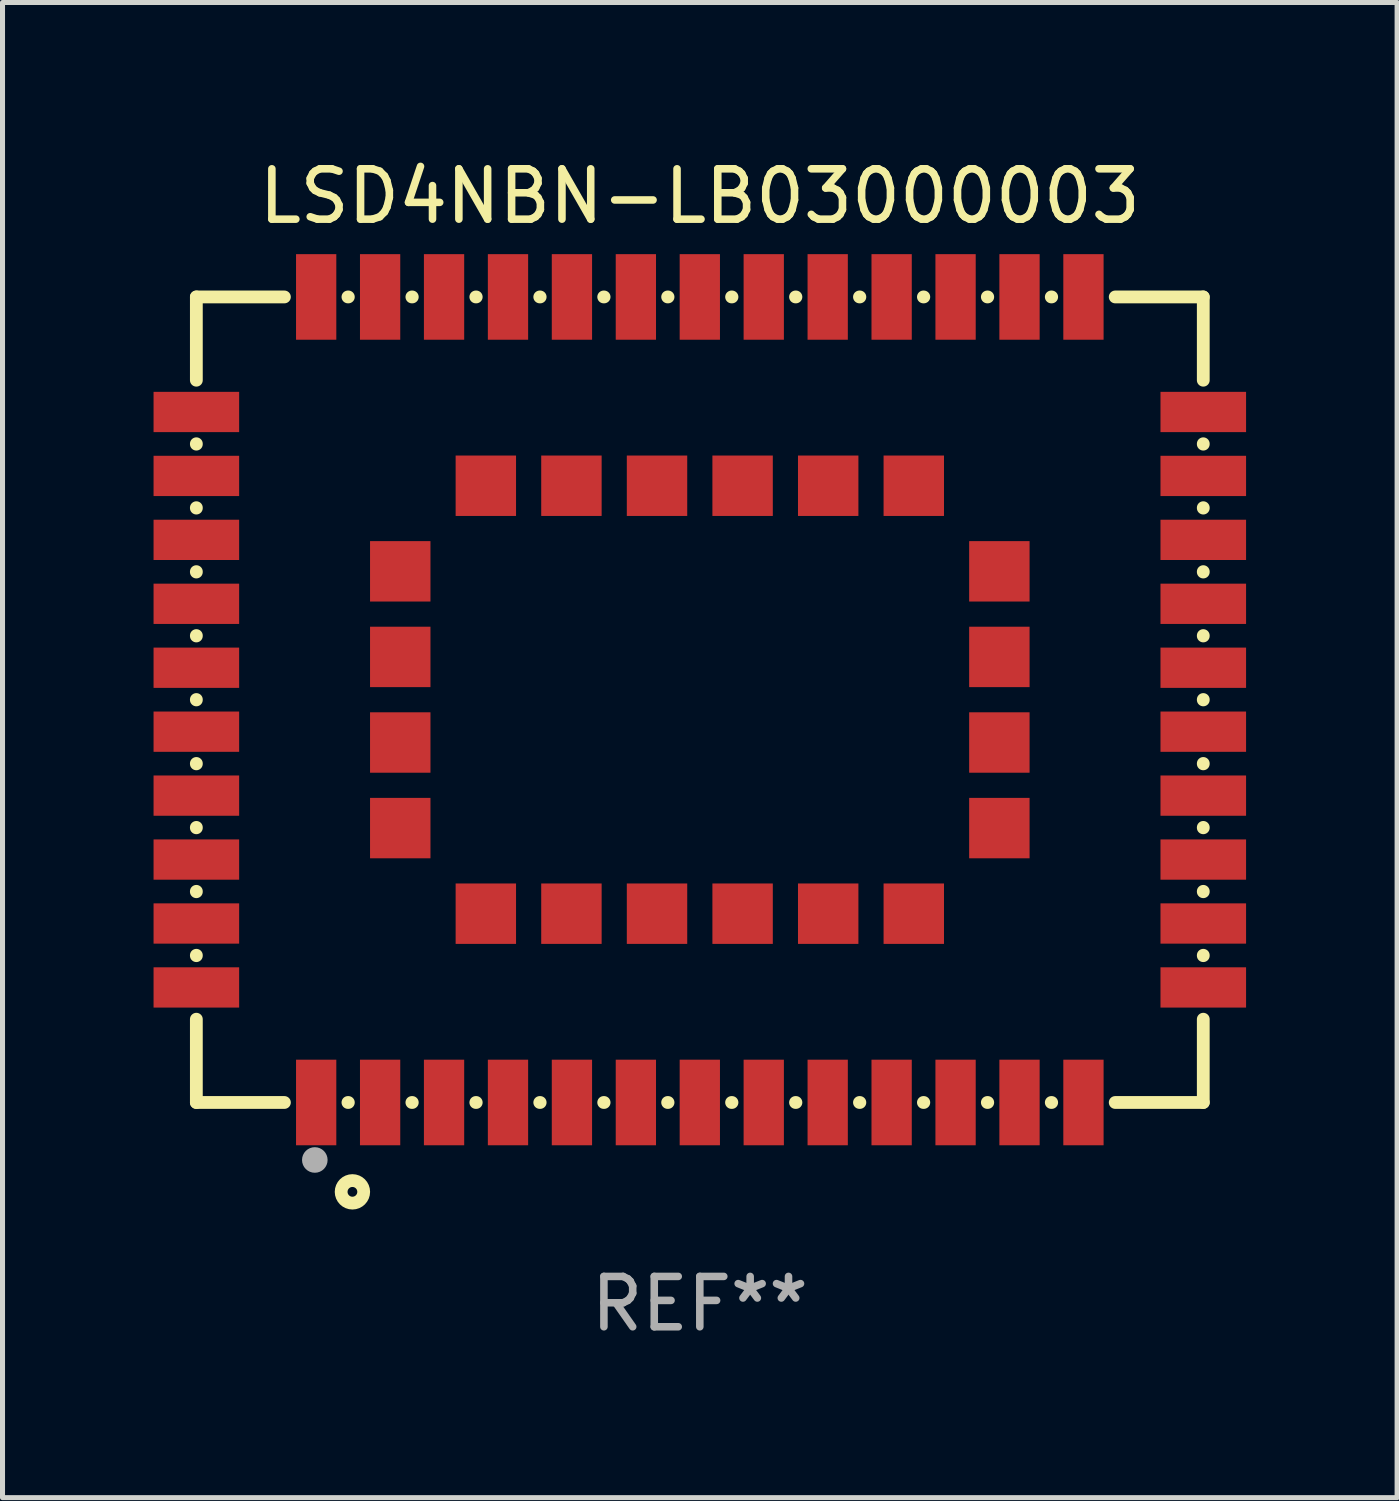
<source format=kicad_pcb>
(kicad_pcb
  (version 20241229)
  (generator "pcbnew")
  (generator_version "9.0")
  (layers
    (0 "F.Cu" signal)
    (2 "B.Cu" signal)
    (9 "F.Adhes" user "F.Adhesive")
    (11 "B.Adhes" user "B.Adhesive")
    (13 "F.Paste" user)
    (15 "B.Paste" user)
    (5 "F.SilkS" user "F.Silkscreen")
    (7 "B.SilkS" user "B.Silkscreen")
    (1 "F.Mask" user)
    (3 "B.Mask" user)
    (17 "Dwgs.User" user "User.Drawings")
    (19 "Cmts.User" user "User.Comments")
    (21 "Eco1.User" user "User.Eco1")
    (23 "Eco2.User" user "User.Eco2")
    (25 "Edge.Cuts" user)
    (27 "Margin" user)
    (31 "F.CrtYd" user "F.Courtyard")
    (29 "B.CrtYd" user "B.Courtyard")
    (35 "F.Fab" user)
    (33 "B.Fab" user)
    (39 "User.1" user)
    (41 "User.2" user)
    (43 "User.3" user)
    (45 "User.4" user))
  (footprint "LSD4NBN-LB03000003"
    (layer "F.Cu")
    (at 10.85 10.848)
    (property "Reference" "LSD4NBN-LB03000003" (at 0 -10 0) (layer "F.SilkS") (effects (font (size 1 1) (thickness 0.15))))
    (attr through_hole)
    (fp_line (start -10 -8) (end -10 -6.346) (stroke (width 0.254) (type solid)) (layer "F.SilkS"))
    (fp_line (start -10 -5.084) (end -10 -5.076) (stroke (width 0.254) (type solid)) (layer "F.SilkS"))
    (fp_line (start -10 -3.814) (end -10 -3.806) (stroke (width 0.254) (type solid)) (layer "F.SilkS"))
    (fp_line (start -10 -2.544) (end -10 -2.536) (stroke (width 0.254) (type solid)) (layer "F.SilkS"))
    (fp_line (start -10 -1.274) (end -10 -1.266) (stroke (width 0.254) (type solid)) (layer "F.SilkS"))
    (fp_line (start -10 -0.004) (end -10 0.004) (stroke (width 0.254) (type solid)) (layer "F.SilkS"))
    (fp_line (start -10 1.266) (end -10 1.274) (stroke (width 0.254) (type solid)) (layer "F.SilkS"))
    (fp_line (start -10 2.536) (end -10 2.544) (stroke (width 0.254) (type solid)) (layer "F.SilkS"))
    (fp_line (start -10 3.806) (end -10 3.814) (stroke (width 0.254) (type solid)) (layer "F.SilkS"))
    (fp_line (start -10 5.076) (end -10 5.084) (stroke (width 0.254) (type solid)) (layer "F.SilkS"))
    (fp_line (start -10 6.346) (end -10 8) (stroke (width 0.254) (type solid)) (layer "F.SilkS"))
    (fp_line (start -10 8) (end -8.251 8) (stroke (width 0.254) (type solid)) (layer "F.SilkS"))
    (fp_line (start -8.251 -8) (end -10 -8) (stroke (width 0.254) (type solid)) (layer "F.SilkS"))
    (fp_line (start -6.989 8) (end -6.981 8) (stroke (width 0.254) (type solid)) (layer "F.SilkS"))
    (fp_line (start -6.981 -8) (end -6.989 -8) (stroke (width 0.254) (type solid)) (layer "F.SilkS"))
    (fp_line (start -5.719 8) (end -5.711 8) (stroke (width 0.254) (type solid)) (layer "F.SilkS"))
    (fp_line (start -5.711 -8) (end -5.719 -8) (stroke (width 0.254) (type solid)) (layer "F.SilkS"))
    (fp_line (start -4.449 8) (end -4.441 8) (stroke (width 0.254) (type solid)) (layer "F.SilkS"))
    (fp_line (start -4.441 -8) (end -4.449 -8) (stroke (width 0.254) (type solid)) (layer "F.SilkS"))
    (fp_line (start -3.179 8) (end -3.171 8) (stroke (width 0.254) (type solid)) (layer "F.SilkS"))
    (fp_line (start -3.171 -8) (end -3.179 -8) (stroke (width 0.254) (type solid)) (layer "F.SilkS"))
    (fp_line (start -1.909 8) (end -1.901 8) (stroke (width 0.254) (type solid)) (layer "F.SilkS"))
    (fp_line (start -1.901 -8) (end -1.909 -8) (stroke (width 0.254) (type solid)) (layer "F.SilkS"))
    (fp_line (start -0.639 8) (end -0.631 8) (stroke (width 0.254) (type solid)) (layer "F.SilkS"))
    (fp_line (start -0.631 -8) (end -0.639 -8) (stroke (width 0.254) (type solid)) (layer "F.SilkS"))
    (fp_line (start 0.631 8) (end 0.639 8) (stroke (width 0.254) (type solid)) (layer "F.SilkS"))
    (fp_line (start 0.639 -8) (end 0.631 -8) (stroke (width 0.254) (type solid)) (layer "F.SilkS"))
    (fp_line (start 1.901 8) (end 1.909 8) (stroke (width 0.254) (type solid)) (layer "F.SilkS"))
    (fp_line (start 1.909 -8) (end 1.901 -8) (stroke (width 0.254) (type solid)) (layer "F.SilkS"))
    (fp_line (start 3.171 8) (end 3.179 8) (stroke (width 0.254) (type solid)) (layer "F.SilkS"))
    (fp_line (start 3.179 -8) (end 3.171 -8) (stroke (width 0.254) (type solid)) (layer "F.SilkS"))
    (fp_line (start 4.441 8) (end 4.449 8) (stroke (width 0.254) (type solid)) (layer "F.SilkS"))
    (fp_line (start 4.449 -8) (end 4.441 -8) (stroke (width 0.254) (type solid)) (layer "F.SilkS"))
    (fp_line (start 5.711 8) (end 5.719 8) (stroke (width 0.254) (type solid)) (layer "F.SilkS"))
    (fp_line (start 5.719 -8) (end 5.711 -8) (stroke (width 0.254) (type solid)) (layer "F.SilkS"))
    (fp_line (start 6.981 8) (end 6.989 8) (stroke (width 0.254) (type solid)) (layer "F.SilkS"))
    (fp_line (start 6.989 -8) (end 6.981 -8) (stroke (width 0.254) (type solid)) (layer "F.SilkS"))
    (fp_line (start 8.251 8) (end 10 8) (stroke (width 0.254) (type solid)) (layer "F.SilkS"))
    (fp_line (start 10 -8) (end 8.251 -8) (stroke (width 0.254) (type solid)) (layer "F.SilkS"))
    (fp_line (start 10 -6.346) (end 10 -8) (stroke (width 0.254) (type solid)) (layer "F.SilkS"))
    (fp_line (start 10 -5.076) (end 10 -5.084) (stroke (width 0.254) (type solid)) (layer "F.SilkS"))
    (fp_line (start 10 -3.806) (end 10 -3.814) (stroke (width 0.254) (type solid)) (layer "F.SilkS"))
    (fp_line (start 10 -2.536) (end 10 -2.544) (stroke (width 0.254) (type solid)) (layer "F.SilkS"))
    (fp_line (start 10 -1.266) (end 10 -1.274) (stroke (width 0.254) (type solid)) (layer "F.SilkS"))
    (fp_line (start 10 0.004) (end 10 -0.004) (stroke (width 0.254) (type solid)) (layer "F.SilkS"))
    (fp_line (start 10 1.274) (end 10 1.266) (stroke (width 0.254) (type solid)) (layer "F.SilkS"))
    (fp_line (start 10 2.544) (end 10 2.536) (stroke (width 0.254) (type solid)) (layer "F.SilkS"))
    (fp_line (start 10 3.814) (end 10 3.806) (stroke (width 0.254) (type solid)) (layer "F.SilkS"))
    (fp_line (start 10 5.084) (end 10 5.076) (stroke (width 0.254) (type solid)) (layer "F.SilkS"))
    (fp_line (start 10 8) (end 10 6.346) (stroke (width 0.254) (type solid)) (layer "F.SilkS"))
    (fp_circle (center -10.003 8.001) (end -9.973 8.001) (stroke (width 0.06) (type solid)) (fill no) (layer "F.SilkS"))
    (fp_circle (center -6.9 9.775) (end -6.676 9.775) (stroke (width 0.254) (type solid)) (fill no) (layer "F.SilkS"))
    (fp_circle (center -7.647 9.142) (end -7.52 9.142) (stroke (width 0.254) (type solid)) (fill no) (layer "F.Fab"))
    (fp_text user "REF**" (at 0 12 0) (layer "F.Fab") (effects (font (size 1 1) (thickness 0.15))))
    (pad "1" smd rect (at -7.62 8 90) (size 1.7 0.8) (layers "F.Cu" "F.Mask" "F.Paste"))
    (pad "2" smd rect (at -6.35 8 90) (size 1.7 0.8) (layers "F.Cu" "F.Mask" "F.Paste"))
    (pad "3" smd rect (at -5.08 8 90) (size 1.7 0.8) (layers "F.Cu" "F.Mask" "F.Paste"))
    (pad "4" smd rect (at -3.81 8 90) (size 1.7 0.8) (layers "F.Cu" "F.Mask" "F.Paste"))
    (pad "5" smd rect (at -2.54 8 90) (size 1.7 0.8) (layers "F.Cu" "F.Mask" "F.Paste"))
    (pad "6" smd rect (at -1.27 8 90) (size 1.7 0.8) (layers "F.Cu" "F.Mask" "F.Paste"))
    (pad "7" smd rect (at -0.000025 8 90) (size 1.7 0.8) (layers "F.Cu" "F.Mask" "F.Paste"))
    (pad "8" smd rect (at 1.27 8 90) (size 1.7 0.8) (layers "F.Cu" "F.Mask" "F.Paste"))
    (pad "9" smd rect (at 2.54 8 90) (size 1.7 0.8) (layers "F.Cu" "F.Mask" "F.Paste"))
    (pad "10" smd rect (at 3.81 8 90) (size 1.7 0.8) (layers "F.Cu" "F.Mask" "F.Paste"))
    (pad "11" smd rect (at 5.08 8 90) (size 1.7 0.8) (layers "F.Cu" "F.Mask" "F.Paste"))
    (pad "12" smd rect (at 6.35 8 90) (size 1.7 0.8) (layers "F.Cu" "F.Mask" "F.Paste"))
    (pad "13" smd rect (at 7.62 8 270) (size 1.7 0.8) (layers "F.Cu" "F.Mask" "F.Paste"))
    (pad "14" smd rect (at 10 5.715 180) (size 1.7 0.8) (layers "F.Cu" "F.Mask" "F.Paste"))
    (pad "15" smd rect (at 10 4.445 180) (size 1.7 0.8) (layers "F.Cu" "F.Mask" "F.Paste"))
    (pad "16" smd rect (at 10 3.175 180) (size 1.7 0.8) (layers "F.Cu" "F.Mask" "F.Paste"))
    (pad "17" smd rect (at 10 1.905 180) (size 1.7 0.8) (layers "F.Cu" "F.Mask" "F.Paste"))
    (pad "18" smd rect (at 10 0.635 180) (size 1.7 0.8) (layers "F.Cu" "F.Mask" "F.Paste"))
    (pad "19" smd rect (at 10 -0.635 180) (size 1.7 0.8) (layers "F.Cu" "F.Mask" "F.Paste"))
    (pad "20" smd rect (at 10 -1.905 180) (size 1.7 0.8) (layers "F.Cu" "F.Mask" "F.Paste"))
    (pad "21" smd rect (at 10 -3.175 180) (size 1.7 0.8) (layers "F.Cu" "F.Mask" "F.Paste"))
    (pad "22" smd rect (at 10 -4.445) (size 1.7 0.8) (layers "F.Cu" "F.Mask" "F.Paste"))
    (pad "23" smd rect (at 10 -5.715) (size 1.7 0.8) (layers "F.Cu" "F.Mask" "F.Paste"))
    (pad "24" smd rect (at 7.62 -8 270) (size 1.7 0.8) (layers "F.Cu" "F.Mask" "F.Paste"))
    (pad "25" smd rect (at 6.35 -8 270) (size 1.7 0.8) (layers "F.Cu" "F.Mask" "F.Paste"))
    (pad "26" smd rect (at 5.08 -8 270) (size 1.7 0.8) (layers "F.Cu" "F.Mask" "F.Paste"))
    (pad "27" smd rect (at 3.81 -8 270) (size 1.7 0.8) (layers "F.Cu" "F.Mask" "F.Paste"))
    (pad "28" smd rect (at 2.54 -8 270) (size 1.7 0.8) (layers "F.Cu" "F.Mask" "F.Paste"))
    (pad "29" smd rect (at 1.27 -8 270) (size 1.7 0.8) (layers "F.Cu" "F.Mask" "F.Paste"))
    (pad "30" smd rect (at -0.000025 -8 270) (size 1.7 0.8) (layers "F.Cu" "F.Mask" "F.Paste"))
    (pad "31" smd rect (at -1.27 -8 270) (size 1.7 0.8) (layers "F.Cu" "F.Mask" "F.Paste"))
    (pad "32" smd rect (at -2.54 -8 270) (size 1.7 0.8) (layers "F.Cu" "F.Mask" "F.Paste"))
    (pad "33" smd rect (at -3.81 -8 270) (size 1.7 0.8) (layers "F.Cu" "F.Mask" "F.Paste"))
    (pad "34" smd rect (at -5.08 -8 90) (size 1.7 0.8) (layers "F.Cu" "F.Mask" "F.Paste"))
    (pad "35" smd rect (at -6.35 -8 90) (size 1.7 0.8) (layers "F.Cu" "F.Mask" "F.Paste"))
    (pad "36" smd rect (at -7.62 -8 90) (size 1.7 0.8) (layers "F.Cu" "F.Mask" "F.Paste"))
    (pad "37" smd rect (at -10 -5.715) (size 1.7 0.8) (layers "F.Cu" "F.Mask" "F.Paste"))
    (pad "38" smd rect (at -10 -4.445) (size 1.7 0.8) (layers "F.Cu" "F.Mask" "F.Paste"))
    (pad "39" smd rect (at -10 -3.175) (size 1.7 0.8) (layers "F.Cu" "F.Mask" "F.Paste"))
    (pad "40" smd rect (at -10 -1.905) (size 1.7 0.8) (layers "F.Cu" "F.Mask" "F.Paste"))
    (pad "41" smd rect (at -10 -0.635) (size 1.7 0.8) (layers "F.Cu" "F.Mask" "F.Paste"))
    (pad "42" smd rect (at -10 0.635) (size 1.7 0.8) (layers "F.Cu" "F.Mask" "F.Paste"))
    (pad "43" smd rect (at -10 1.905) (size 1.7 0.8) (layers "F.Cu" "F.Mask" "F.Paste"))
    (pad "44" smd rect (at -10 3.175) (size 1.7 0.8) (layers "F.Cu" "F.Mask" "F.Paste"))
    (pad "45" smd rect (at -10 4.445) (size 1.7 0.8) (layers "F.Cu" "F.Mask" "F.Paste"))
    (pad "46" smd rect (at -10 5.715) (size 1.7 0.8) (layers "F.Cu" "F.Mask" "F.Paste"))
    (pad "47" smd rect (at -4.25 4.25) (size 1.2 1.2) (layers "F.Cu" "F.Mask" "F.Paste"))
    (pad "48" smd rect (at -2.55 4.25) (size 1.2 1.2) (layers "F.Cu" "F.Mask" "F.Paste"))
    (pad "49" smd rect (at -0.85 4.25) (size 1.2 1.2) (layers "F.Cu" "F.Mask" "F.Paste"))
    (pad "50" smd rect (at 0.85 4.25) (size 1.2 1.2) (layers "F.Cu" "F.Mask" "F.Paste"))
    (pad "51" smd rect (at 2.55 4.25) (size 1.2 1.2) (layers "F.Cu" "F.Mask" "F.Paste"))
    (pad "52" smd rect (at 4.25 4.25) (size 1.2 1.2) (layers "F.Cu" "F.Mask" "F.Paste"))
    (pad "53" smd rect (at 5.95 2.55) (size 1.2 1.2) (layers "F.Cu" "F.Mask" "F.Paste"))
    (pad "54" smd rect (at 5.95 0.85) (size 1.2 1.2) (layers "F.Cu" "F.Mask" "F.Paste"))
    (pad "55" smd rect (at 5.95 -0.85) (size 1.2 1.2) (layers "F.Cu" "F.Mask" "F.Paste"))
    (pad "56" smd rect (at 5.95 -2.55) (size 1.2 1.2) (layers "F.Cu" "F.Mask" "F.Paste"))
    (pad "57" smd rect (at 4.25 -4.25) (size 1.2 1.2) (layers "F.Cu" "F.Mask" "F.Paste"))
    (pad "58" smd rect (at 2.55 -4.25) (size 1.2 1.2) (layers "F.Cu" "F.Mask" "F.Paste"))
    (pad "59" smd rect (at 0.85 -4.25) (size 1.2 1.2) (layers "F.Cu" "F.Mask" "F.Paste"))
    (pad "60" smd rect (at -0.85 -4.25) (size 1.2 1.2) (layers "F.Cu" "F.Mask" "F.Paste"))
    (pad "61" smd rect (at -2.55 -4.25) (size 1.2 1.2) (layers "F.Cu" "F.Mask" "F.Paste"))
    (pad "62" smd rect (at -4.25 -4.25) (size 1.2 1.2) (layers "F.Cu" "F.Mask" "F.Paste"))
    (pad "63" smd rect (at -5.95 -2.55) (size 1.2 1.2) (layers "F.Cu" "F.Mask" "F.Paste"))
    (pad "64" smd rect (at -5.95 -0.85) (size 1.2 1.2) (layers "F.Cu" "F.Mask" "F.Paste"))
    (pad "65" smd rect (at -5.95 0.85) (size 1.2 1.2) (layers "F.Cu" "F.Mask" "F.Paste"))
    (pad "66" smd rect (at -5.95 2.55) (size 1.2 1.2) (layers "F.Cu" "F.Mask" "F.Paste")))
  (gr_rect
    (start -3 -3)
    (end 24.7 26.697)
    (stroke (width 0.1) (type default))
    (fill no)
    (layer "Edge.Cuts")))
</source>
